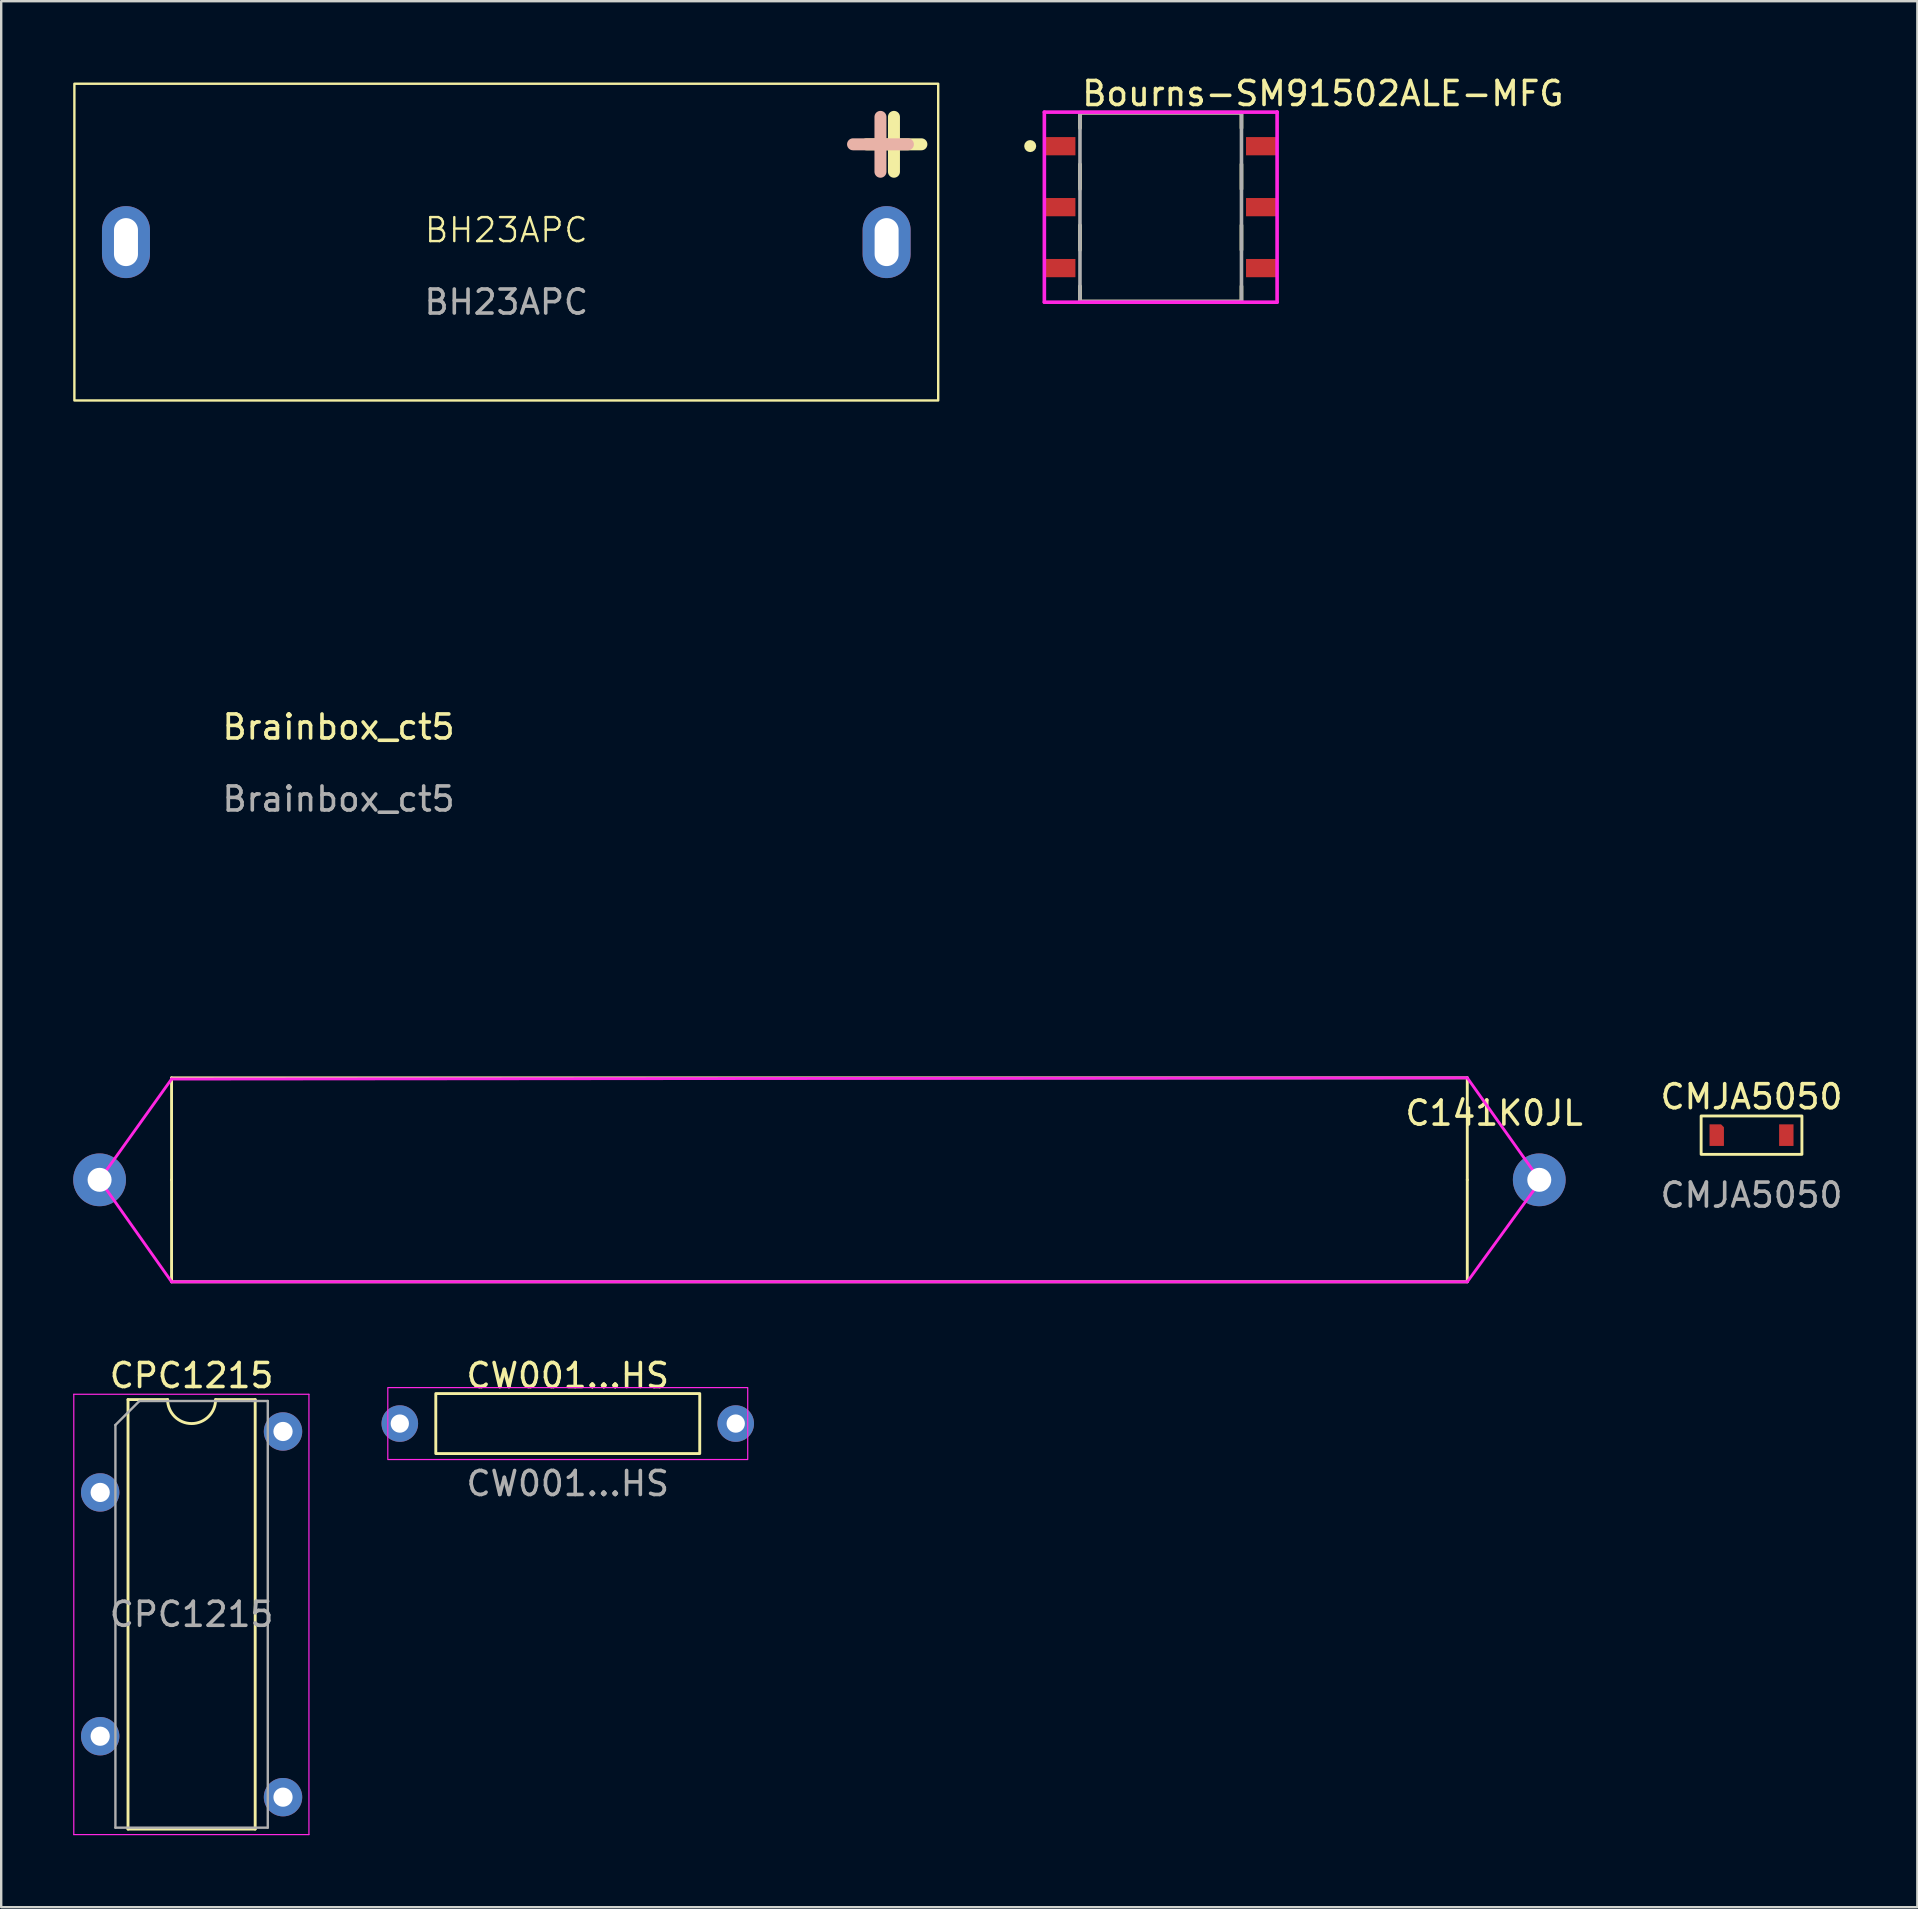
<source format=kicad_pcb>
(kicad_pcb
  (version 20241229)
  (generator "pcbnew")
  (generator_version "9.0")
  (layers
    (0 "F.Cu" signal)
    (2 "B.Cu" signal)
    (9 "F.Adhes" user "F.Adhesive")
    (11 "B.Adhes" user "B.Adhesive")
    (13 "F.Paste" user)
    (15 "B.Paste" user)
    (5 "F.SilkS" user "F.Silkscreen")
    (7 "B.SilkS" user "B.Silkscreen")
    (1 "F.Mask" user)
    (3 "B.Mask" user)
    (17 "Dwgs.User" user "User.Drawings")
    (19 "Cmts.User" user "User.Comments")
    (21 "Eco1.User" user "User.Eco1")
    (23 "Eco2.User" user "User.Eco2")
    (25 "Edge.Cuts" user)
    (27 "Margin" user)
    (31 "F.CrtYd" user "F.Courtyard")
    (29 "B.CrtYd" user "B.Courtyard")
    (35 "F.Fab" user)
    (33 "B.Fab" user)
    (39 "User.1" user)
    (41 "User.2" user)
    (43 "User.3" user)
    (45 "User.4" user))
  (footprint "Bourns-SM91502ALE-MFG"
    (layer "F.Cu")
    (at 45.324 5.583)
    (property "Reference" "Bourns-SM91502ALE-MFG" (at -3.365 -4.735 0) (layer "F.SilkS") (effects (font (size 1 1) (thickness 0.15)) (justify left)))
    (attr through_hole)
    (fp_line (start -3.365 -3.935) (end 3.365 -3.935) (stroke (width 0.15) (type solid)) (layer "F.SilkS"))
    (fp_line (start -3.365 -3.295) (end -3.365 -3.935) (stroke (width 0.15) (type solid)) (layer "F.SilkS"))
    (fp_line (start -3.365 -0.755) (end -3.365 -1.785) (stroke (width 0.15) (type solid)) (layer "F.SilkS"))
    (fp_line (start -3.365 1.785) (end -3.365 0.755) (stroke (width 0.15) (type solid)) (layer "F.SilkS"))
    (fp_line (start -3.365 3.935) (end -3.365 3.295) (stroke (width 0.15) (type solid)) (layer "F.SilkS"))
    (fp_line (start -3.365 3.935) (end 3.365 3.935) (stroke (width 0.15) (type solid)) (layer "F.SilkS"))
    (fp_line (start 3.365 -3.295) (end 3.365 -3.935) (stroke (width 0.15) (type solid)) (layer "F.SilkS"))
    (fp_line (start 3.365 -0.755) (end 3.365 -1.785) (stroke (width 0.15) (type solid)) (layer "F.SilkS"))
    (fp_line (start 3.365 1.785) (end 3.365 0.755) (stroke (width 0.15) (type solid)) (layer "F.SilkS"))
    (fp_line (start 3.365 3.935) (end 3.365 3.295) (stroke (width 0.15) (type solid)) (layer "F.SilkS"))
    (fp_circle (center -5.44 -2.545) (end -5.315 -2.545) (stroke (width 0.25) (type solid)) (fill no) (layer "F.SilkS"))
    (fp_line (start -4.85 -3.96) (end -4.85 3.96) (stroke (width 0.15) (type solid)) (layer "F.CrtYd"))
    (fp_line (start -4.85 3.96) (end 4.85 3.96) (stroke (width 0.15) (type solid)) (layer "F.CrtYd"))
    (fp_line (start 4.85 -3.96) (end -4.85 -3.96) (stroke (width 0.15) (type solid)) (layer "F.CrtYd"))
    (fp_line (start 4.85 -3.96) (end 4.85 -3.96) (stroke (width 0.15) (type solid)) (layer "F.CrtYd"))
    (fp_line (start 4.85 3.96) (end 4.85 -3.96) (stroke (width 0.15) (type solid)) (layer "F.CrtYd"))
    (fp_line (start -3.365 -3.935) (end 3.365 -3.935) (stroke (width 0.15) (type solid)) (layer "F.Fab"))
    (fp_line (start -3.365 3.935) (end -3.365 -3.935) (stroke (width 0.15) (type solid)) (layer "F.Fab"))
    (fp_line (start 3.365 -3.935) (end 3.365 3.935) (stroke (width 0.15) (type solid)) (layer "F.Fab"))
    (fp_line (start 3.365 3.935) (end -3.365 3.935) (stroke (width 0.15) (type solid)) (layer "F.Fab"))
    (pad "1" smd rect (at -4.19 -2.54) (size 1.27 0.76) (layers "F.Cu" "F.Mask" "F.Paste"))
    (pad "2" smd rect (at -4.19 0) (size 1.27 0.76) (layers "F.Cu" "F.Mask" "F.Paste"))
    (pad "3" smd rect (at -4.19 2.54) (size 1.27 0.76) (layers "F.Cu" "F.Mask" "F.Paste"))
    (pad "4" smd rect (at 4.19 2.54) (size 1.27 0.76) (layers "F.Cu" "F.Mask" "F.Paste"))
    (pad "5" smd rect (at 4.19 0) (size 1.27 0.76) (layers "F.Cu" "F.Mask" "F.Paste"))
    (pad "6" smd rect (at 4.19 -2.54) (size 1.27 0.76) (layers "F.Cu" "F.Mask" "F.Paste")))
  (footprint "CW001...HS"
    (layer "F.Cu")
    (at 20.612 56.278)
    (property "Reference" "CW001...HS" (at 0 -2 0) (unlocked yes) (layer "F.SilkS") (effects (font (size 1 1) (thickness 0.15))))
    (attr through_hole)
    (fp_rect (start -5.5 -1.25) (end 5.5 1.25) (stroke (width 0.12) (type default)) (fill no) (layer "F.SilkS"))
    (fp_rect (start -7.5 -1.5) (end 7.5 1.5) (stroke (width 0.05) (type default)) (fill no) (layer "F.CrtYd"))
    (fp_text user "${REFERENCE}" (at 0 2.5 0) (unlocked yes) (layer "F.Fab") (effects (font (size 1 1) (thickness 0.15))))
    (pad "1" thru_hole circle (at -7 0) (size 1.524 1.524) (drill 0.762) (layers "*.Cu" "*.Mask"))
    (pad "2" thru_hole circle (at 7 0) (size 1.524 1.524) (drill 0.762) (layers "*.Cu" "*.Mask")))
  (footprint "CPC1215"
    (layer "F.Cu")
    (at 1.125 56.608)
    (property "Reference" "CPC1215" (at 3.81 -2.33 0) (layer "F.SilkS") (effects (font (size 1 1) (thickness 0.15))))
    (attr through_hole)
    (fp_line (start 1.16 -1.33) (end 1.16 16.57) (stroke (width 0.12) (type solid)) (layer "F.SilkS"))
    (fp_line (start 1.16 16.57) (end 6.46 16.57) (stroke (width 0.12) (type solid)) (layer "F.SilkS"))
    (fp_line (start 2.81 -1.33) (end 1.16 -1.33) (stroke (width 0.12) (type solid)) (layer "F.SilkS"))
    (fp_line (start 6.46 -1.33) (end 4.81 -1.33) (stroke (width 0.12) (type solid)) (layer "F.SilkS"))
    (fp_line (start 6.46 16.57) (end 6.46 -1.33) (stroke (width 0.12) (type solid)) (layer "F.SilkS"))
    (fp_arc (start 4.81 -1.33) (mid 3.81 -0.33) (end 2.81 -1.33) (stroke (width 0.12) (type solid)) (layer "F.SilkS"))
    (fp_line (start -1.1 -1.55) (end -1.1 16.8) (stroke (width 0.05) (type solid)) (layer "F.CrtYd"))
    (fp_line (start -1.1 16.8) (end 8.7 16.8) (stroke (width 0.05) (type solid)) (layer "F.CrtYd"))
    (fp_line (start 8.7 -1.55) (end -1.1 -1.55) (stroke (width 0.05) (type solid)) (layer "F.CrtYd"))
    (fp_line (start 8.7 16.8) (end 8.7 -1.55) (stroke (width 0.05) (type solid)) (layer "F.CrtYd"))
    (fp_line (start 0.635 -0.27) (end 1.635 -1.27) (stroke (width 0.1) (type solid)) (layer "F.Fab"))
    (fp_line (start 0.635 16.51) (end 0.635 -0.27) (stroke (width 0.1) (type solid)) (layer "F.Fab"))
    (fp_line (start 1.635 -1.27) (end 6.985 -1.27) (stroke (width 0.1) (type solid)) (layer "F.Fab"))
    (fp_line (start 6.985 -1.27) (end 6.985 16.51) (stroke (width 0.1) (type solid)) (layer "F.Fab"))
    (fp_line (start 6.985 16.51) (end 0.635 16.51) (stroke (width 0.1) (type solid)) (layer "F.Fab"))
    (fp_text user "${REFERENCE}" (at 3.81 7.62 0) (layer "F.Fab") (effects (font (size 1 1) (thickness 0.15))))
    (pad "2" thru_hole oval (at 0 2.54) (size 1.6 1.6) (drill 0.8) (layers "*.Cu" "*.Mask"))
    (pad "6" thru_hole oval (at 0 12.7) (size 1.6 1.6) (drill 0.8) (layers "*.Cu" "*.Mask"))
    (pad "8" thru_hole oval (at 7.62 15.24) (size 1.6 1.6) (drill 0.8) (layers "*.Cu" "*.Mask"))
    (pad "14" thru_hole oval (at 7.62 0) (size 1.6 1.6) (drill 0.8) (layers "*.Cu" "*.Mask")))
  (footprint "CMJA5050"
    (layer "F.Cu")
    (at 69.946 44.258)
    (property "Reference" "CMJA5050" (at 0 -1.6 0) (unlocked yes) (layer "F.SilkS") (effects (font (size 1 1) (thickness 0.15))))
    (attr smd)
    (fp_rect (start -2.1 -0.8) (end 2.1 0.8) (stroke (width 0.12) (type solid)) (fill no) (layer "F.SilkS"))
    (fp_text user "${REFERENCE}" (at 0 2.5 0) (unlocked yes) (layer "F.Fab") (effects (font (size 1 1) (thickness 0.15))))
    (pad "1" smd roundrect (at -1.45 0) (size 0.6 0.9) (layers "F.Cu" "F.Mask" "F.Paste") (roundrect_rratio 0) (chamfer_ratio 0.2) (chamfer top_right))
    (pad "2" smd rect (at 1.45 0) (size 0.6 0.9) (layers "F.Cu" "F.Mask" "F.Paste")))
  (footprint "Brainbox_ct5"
    (layer "F.Cu")
    (at 11.06 27.75)
    (property "Reference" "Brainbox_ct5" (at 0 -0.5 0) (unlocked yes) (layer "F.SilkS") (effects (font (size 1 1) (thickness 0.15))))
    (fp_line (start 0 0) (end 0 -11) (stroke (width 0.12) (type default)) (layer "User.1"))
    (fp_line (start 0 0) (end 0 11) (stroke (width 0.12) (type default)) (layer "User.1"))
    (fp_line (start 0 0) (end 11 0) (stroke (width 0.12) (type default)) (layer "User.1"))
    (fp_line (start 2 0) (end -11 0) (stroke (width 0.12) (type default)) (layer "User.1"))
    (fp_circle (center 0 0) (end 10 -1) (stroke (width 0.12) (type default)) (fill no) (layer "User.1"))
    (fp_text user "${REFERENCE}" (at 0 2.5 0) (unlocked yes) (layer "F.Fab") (effects (font (size 1 1) (thickness 0.15)))))
  (footprint "C141K0JL"
    (layer "F.Cu")
    (at 31.1 46.12)
    (property "Reference" "C141K0JL" (at 28.12 -2.78 0) (layer "F.SilkS") (effects (font (size 1 1) (thickness 0.15))))
    (attr smd)
    (fp_line (start -27 -4.25) (end 27 -4.25) (stroke (width 0.12) (type solid)) (layer "F.SilkS"))
    (fp_line (start -27 0) (end -27 -4.25) (stroke (width 0.12) (type solid)) (layer "F.SilkS"))
    (fp_line (start -27 0) (end -27 4.25) (stroke (width 0.12) (type solid)) (layer "F.SilkS"))
    (fp_line (start 27 0) (end 27 -4.25) (stroke (width 0.12) (type solid)) (layer "F.SilkS"))
    (fp_line (start 27 4.25) (end -27 4.25) (stroke (width 0.12) (type solid)) (layer "F.SilkS"))
    (fp_line (start 27 4.25) (end 27 0) (stroke (width 0.12) (type solid)) (layer "F.SilkS"))
    (fp_line (start -30 0) (end -27 4.25) (stroke (width 0.12) (type solid)) (layer "F.CrtYd"))
    (fp_line (start -27 -4.2) (end -30 0) (stroke (width 0.12) (type solid)) (layer "F.CrtYd"))
    (fp_line (start -27 4.25) (end 27 4.25) (stroke (width 0.12) (type solid)) (layer "F.CrtYd"))
    (fp_line (start 27 -4.25) (end -27 -4.2) (stroke (width 0.12) (type solid)) (layer "F.CrtYd"))
    (fp_line (start 27 4.25) (end 30.05 0.05) (stroke (width 0.12) (type solid)) (layer "F.CrtYd"))
    (fp_line (start 30.05 0.05) (end 27 -4.25) (stroke (width 0.12) (type solid)) (layer "F.CrtYd"))
    (pad "1" thru_hole circle (at -30 0) (size 2.2 2.2) (drill 1) (layers "*.Cu" "*.Mask"))
    (pad "2" thru_hole circle (at 30 0) (size 2.2 2.2) (drill 1) (layers "*.Cu" "*.Mask")))
  (footprint "BH23APC"
    (layer "F.Cu")
    (at 18.05 7.04)
    (property "Reference" "BH23APC" (at 0 -0.5 0) (unlocked yes) (layer "F.SilkS") (effects (font (size 1 1) (thickness 0.1))))
    (attr through_hole)
    (fp_rect (start -18 -6.6) (end 18 6.6) (stroke (width 0.1) (type default)) (fill no) (layer "F.SilkS"))
    (fp_text user "+" (at 13.97 -2.54 0) (unlocked yes) (layer "F.SilkS") (effects (font (size 3 3) (thickness 0.5) (bold yes)) (justify left bottom)))
    (fp_text user "+" (at 17.78 -2.54 0) (unlocked yes) (layer "B.SilkS") (effects (font (size 3 3) (thickness 0.5) (bold yes)) (justify left bottom mirror)))
    (fp_text user "${REFERENCE}" (at 0 2.5 0) (unlocked yes) (layer "F.Fab") (effects (font (size 1 1) (thickness 0.15))))
    (pad "1" thru_hole oval (at 15.85 0) (size 2 3) (drill oval 1 2) (layers "*.Cu" "*.Mask"))
    (pad "2" thru_hole oval (at -15.85 0) (size 2 3) (drill oval 1 2) (layers "*.Cu" "*.Mask")))
  (gr_rect
    (start -3 -3)
    (end 76.857 76.433)
    (stroke (width 0.1) (type default))
    (fill no)
    (layer "Edge.Cuts")))
</source>
